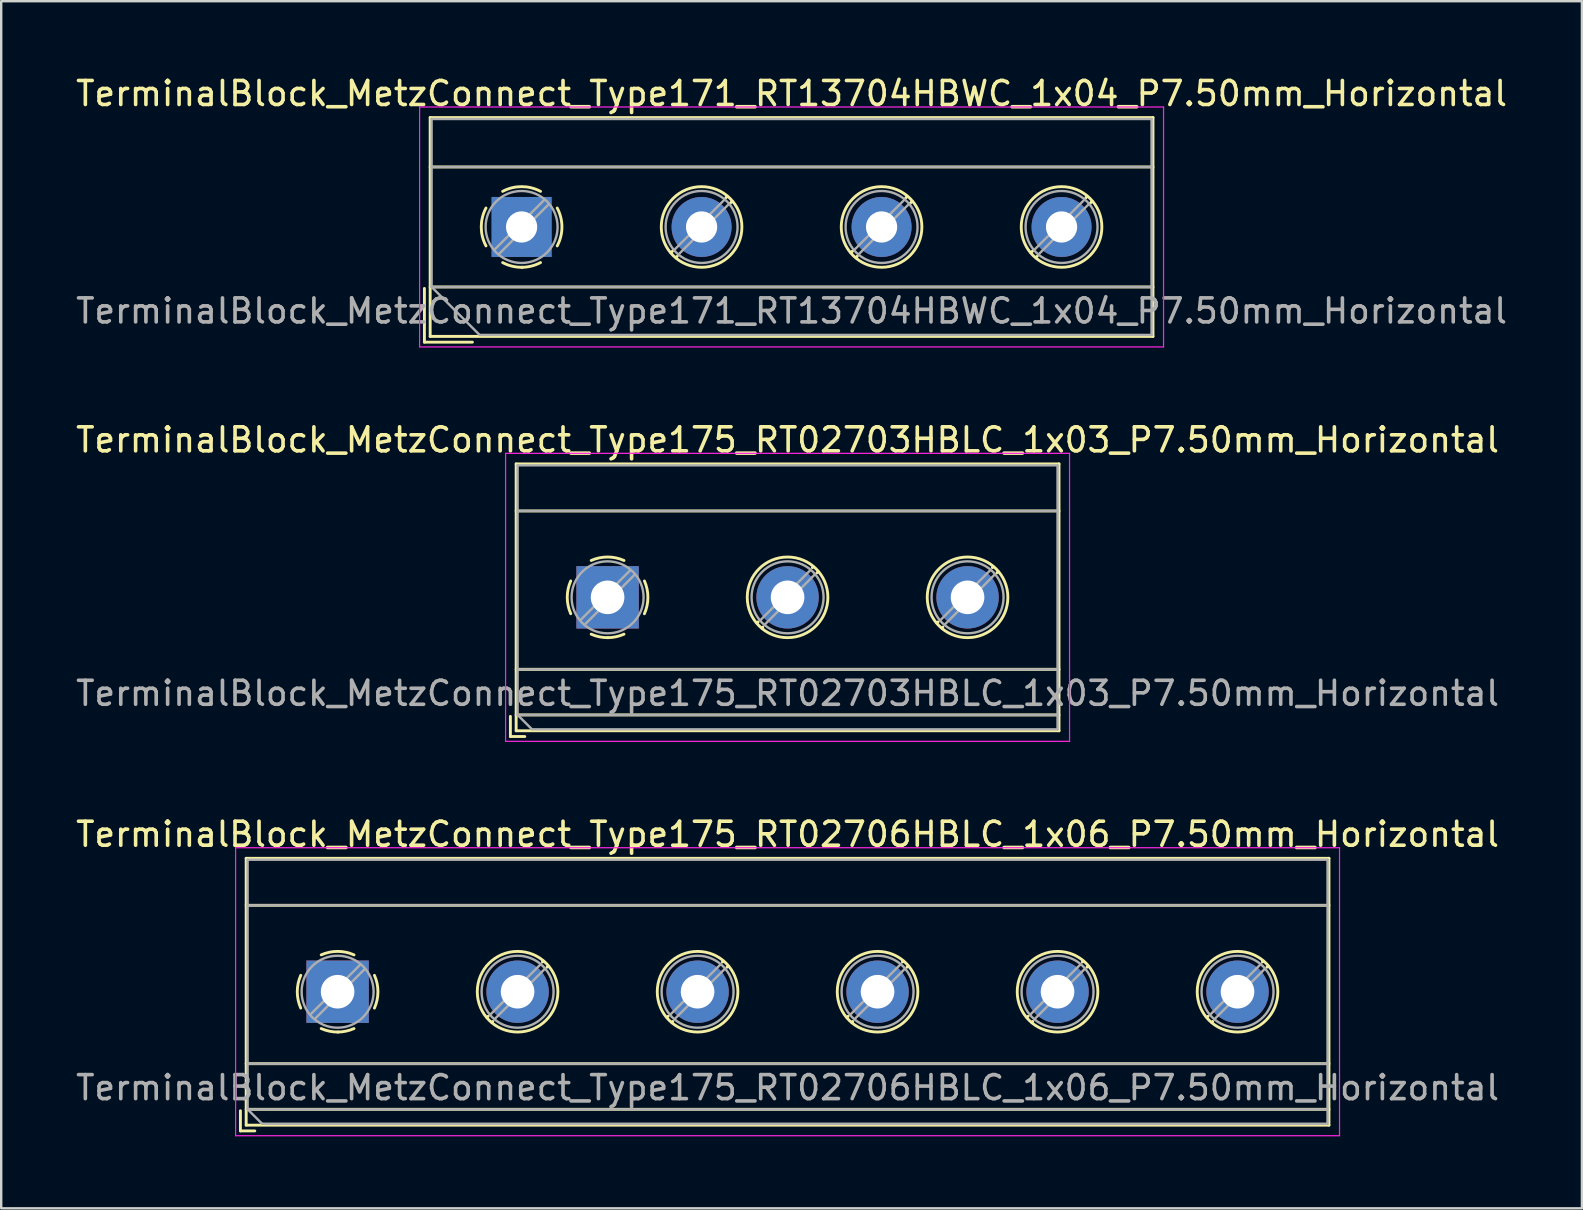
<source format=kicad_pcb>
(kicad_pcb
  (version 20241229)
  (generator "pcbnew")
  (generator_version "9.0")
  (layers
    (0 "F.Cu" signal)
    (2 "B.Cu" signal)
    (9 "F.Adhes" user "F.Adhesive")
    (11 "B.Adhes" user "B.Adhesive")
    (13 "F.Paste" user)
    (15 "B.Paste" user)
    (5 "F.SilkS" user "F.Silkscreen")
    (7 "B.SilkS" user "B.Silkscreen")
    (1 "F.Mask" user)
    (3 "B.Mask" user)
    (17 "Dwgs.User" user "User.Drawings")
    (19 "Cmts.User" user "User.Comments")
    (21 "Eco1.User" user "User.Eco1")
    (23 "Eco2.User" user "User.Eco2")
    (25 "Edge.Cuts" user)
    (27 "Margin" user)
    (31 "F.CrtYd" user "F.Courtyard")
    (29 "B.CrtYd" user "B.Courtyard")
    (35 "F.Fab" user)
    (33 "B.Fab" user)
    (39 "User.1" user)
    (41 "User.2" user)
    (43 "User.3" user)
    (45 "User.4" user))
  (footprint "TerminalBlock_MetzConnect_Type175_RT02703HBLC_1x03_P7.50mm_Horizontal"
    (layer "F.Cu")
    (at 22.268 21.841)
    (property "Reference" "TerminalBlock_MetzConnect_Type175_RT02703HBLC_1x03_P7.50mm_Horizontal" (at 7.5 -6.56 0) (layer "F.SilkS") (effects (font (size 1 1) (thickness 0.15))))
    (attr through_hole)
    (fp_line (start -4.05 4.96) (end -4.05 5.8) (stroke (width 0.12) (type solid)) (layer "F.SilkS"))
    (fp_line (start -4.05 5.8) (end -3.45 5.8) (stroke (width 0.12) (type solid)) (layer "F.SilkS"))
    (fp_line (start -3.81 -5.56) (end -3.81 5.56) (stroke (width 0.12) (type solid)) (layer "F.SilkS"))
    (fp_line (start -3.81 -5.56) (end 18.811 -5.56) (stroke (width 0.12) (type solid)) (layer "F.SilkS"))
    (fp_line (start -3.81 -3.6) (end 18.811 -3.6) (stroke (width 0.12) (type solid)) (layer "F.SilkS"))
    (fp_line (start -3.81 3) (end 18.811 3) (stroke (width 0.12) (type solid)) (layer "F.SilkS"))
    (fp_line (start -3.81 4.9) (end 18.811 4.9) (stroke (width 0.12) (type solid)) (layer "F.SilkS"))
    (fp_line (start -3.81 5.56) (end 18.811 5.56) (stroke (width 0.12) (type solid)) (layer "F.SilkS"))
    (fp_line (start 6.273 1.023) (end 6.226 1.069) (stroke (width 0.12) (type solid)) (layer "F.SilkS"))
    (fp_line (start 6.466 1.239) (end 6.431 1.274) (stroke (width 0.12) (type solid)) (layer "F.SilkS"))
    (fp_line (start 8.57 -1.275) (end 8.535 -1.239) (stroke (width 0.12) (type solid)) (layer "F.SilkS"))
    (fp_line (start 8.775 -1.069) (end 8.728 -1.023) (stroke (width 0.12) (type solid)) (layer "F.SilkS"))
    (fp_line (start 13.773 1.023) (end 13.726 1.069) (stroke (width 0.12) (type solid)) (layer "F.SilkS"))
    (fp_line (start 13.966 1.239) (end 13.931 1.274) (stroke (width 0.12) (type solid)) (layer "F.SilkS"))
    (fp_line (start 16.07 -1.275) (end 16.035 -1.239) (stroke (width 0.12) (type solid)) (layer "F.SilkS"))
    (fp_line (start 16.275 -1.069) (end 16.228 -1.023) (stroke (width 0.12) (type solid)) (layer "F.SilkS"))
    (fp_line (start 18.811 -5.56) (end 18.811 5.56) (stroke (width 0.12) (type solid)) (layer "F.SilkS"))
    (fp_arc (start -1.535427 0.683042) (mid -1.680501 -0.000524) (end -1.535 -0.684) (stroke (width 0.12) (type solid)) (layer "F.SilkS"))
    (fp_arc (start -0.683042 -1.535427) (mid 0.000524 -1.680501) (end 0.684 -1.535) (stroke (width 0.12) (type solid)) (layer "F.SilkS"))
    (fp_arc (start 0.028805 1.680253) (mid -0.335551 1.646659) (end -0.684 1.535) (stroke (width 0.12) (type solid)) (layer "F.SilkS"))
    (fp_arc (start 0.683318 1.534756) (mid 0.349292 1.643288) (end 0 1.68) (stroke (width 0.12) (type solid)) (layer "F.SilkS"))
    (fp_arc (start 1.535427 -0.683042) (mid 1.680501 0.000524) (end 1.535 0.684) (stroke (width 0.12) (type solid)) (layer "F.SilkS"))
    (fp_circle (center 7.5 0) (end 9.18 0) (stroke (width 0.12) (type solid)) (fill no) (layer "F.SilkS"))
    (fp_circle (center 15 0) (end 16.68 0) (stroke (width 0.12) (type solid)) (fill no) (layer "F.SilkS"))
    (fp_line (start -4.25 -6) (end -4.25 6) (stroke (width 0.05) (type solid)) (layer "F.CrtYd"))
    (fp_line (start -4.25 6) (end 19.25 6) (stroke (width 0.05) (type solid)) (layer "F.CrtYd"))
    (fp_line (start 19.25 -6) (end -4.25 -6) (stroke (width 0.05) (type solid)) (layer "F.CrtYd"))
    (fp_line (start 19.25 6) (end 19.25 -6) (stroke (width 0.05) (type solid)) (layer "F.CrtYd"))
    (fp_line (start -3.75 -5.5) (end 18.75 -5.5) (stroke (width 0.1) (type solid)) (layer "F.Fab"))
    (fp_line (start -3.75 -3.6) (end 18.75 -3.6) (stroke (width 0.1) (type solid)) (layer "F.Fab"))
    (fp_line (start -3.75 3) (end 18.75 3) (stroke (width 0.1) (type solid)) (layer "F.Fab"))
    (fp_line (start -3.75 4.9) (end -3.75 -5.5) (stroke (width 0.1) (type solid)) (layer "F.Fab"))
    (fp_line (start -3.75 4.9) (end 18.75 4.9) (stroke (width 0.1) (type solid)) (layer "F.Fab"))
    (fp_line (start -3.15 5.5) (end -3.75 4.9) (stroke (width 0.1) (type solid)) (layer "F.Fab"))
    (fp_line (start 0.955 -1.138) (end -1.138 0.955) (stroke (width 0.1) (type solid)) (layer "F.Fab"))
    (fp_line (start 1.138 -0.955) (end -0.955 1.138) (stroke (width 0.1) (type solid)) (layer "F.Fab"))
    (fp_line (start 8.455 -1.138) (end 6.363 0.955) (stroke (width 0.1) (type solid)) (layer "F.Fab"))
    (fp_line (start 8.638 -0.955) (end 6.546 1.138) (stroke (width 0.1) (type solid)) (layer "F.Fab"))
    (fp_line (start 15.955 -1.138) (end 13.863 0.955) (stroke (width 0.1) (type solid)) (layer "F.Fab"))
    (fp_line (start 16.138 -0.955) (end 14.046 1.138) (stroke (width 0.1) (type solid)) (layer "F.Fab"))
    (fp_line (start 18.75 -5.5) (end 18.75 5.5) (stroke (width 0.1) (type solid)) (layer "F.Fab"))
    (fp_line (start 18.75 5.5) (end -3.15 5.5) (stroke (width 0.1) (type solid)) (layer "F.Fab"))
    (fp_circle (center 0 0) (end 1.5 0) (stroke (width 0.1) (type solid)) (fill no) (layer "F.Fab"))
    (fp_circle (center 7.5 0) (end 9 0) (stroke (width 0.1) (type solid)) (fill no) (layer "F.Fab"))
    (fp_circle (center 15 0) (end 16.5 0) (stroke (width 0.1) (type solid)) (fill no) (layer "F.Fab"))
    (fp_text user "${REFERENCE}" (at 7.5 4 0) (layer "F.Fab") (effects (font (size 1 1) (thickness 0.15))))
    (pad "1" thru_hole rect (at 0 0) (size 2.6 2.6) (drill 1.4) (layers "*.Cu" "*.Mask"))
    (pad "2" thru_hole circle (at 7.5 0) (size 2.6 2.6) (drill 1.4) (layers "*.Cu" "*.Mask"))
    (pad "3" thru_hole circle (at 15 0) (size 2.6 2.6) (drill 1.4) (layers "*.Cu" "*.Mask")))
  (footprint "TerminalBlock_MetzConnect_Type171_RT13704HBWC_1x04_P7.50mm_Horizontal"
    (layer "F.Cu")
    (at 18.685 6.408)
    (property "Reference" "TerminalBlock_MetzConnect_Type171_RT13704HBWC_1x04_P7.50mm_Horizontal" (at 11.25 -5.56 0) (layer "F.SilkS") (effects (font (size 1 1) (thickness 0.15))))
    (attr through_hole)
    (fp_line (start -4.05 2.56) (end -4.05 4.8) (stroke (width 0.12) (type solid)) (layer "F.SilkS"))
    (fp_line (start -4.05 4.8) (end -2.05 4.8) (stroke (width 0.12) (type solid)) (layer "F.SilkS"))
    (fp_line (start -3.81 -4.56) (end -3.81 4.56) (stroke (width 0.12) (type solid)) (layer "F.SilkS"))
    (fp_line (start -3.81 -4.56) (end 26.31 -4.56) (stroke (width 0.12) (type solid)) (layer "F.SilkS"))
    (fp_line (start -3.81 -2.5) (end 26.31 -2.5) (stroke (width 0.12) (type solid)) (layer "F.SilkS"))
    (fp_line (start -3.81 2.5) (end 26.31 2.5) (stroke (width 0.12) (type solid)) (layer "F.SilkS"))
    (fp_line (start -3.81 4.56) (end 26.31 4.56) (stroke (width 0.12) (type solid)) (layer "F.SilkS"))
    (fp_line (start 6.32 0.976) (end 6.226 1.069) (stroke (width 0.12) (type solid)) (layer "F.SilkS"))
    (fp_line (start 6.49 1.216) (end 6.431 1.274) (stroke (width 0.12) (type solid)) (layer "F.SilkS"))
    (fp_line (start 8.57 -1.275) (end 8.511 -1.216) (stroke (width 0.12) (type solid)) (layer "F.SilkS"))
    (fp_line (start 8.775 -1.069) (end 8.681 -0.976) (stroke (width 0.12) (type solid)) (layer "F.SilkS"))
    (fp_line (start 13.82 0.976) (end 13.726 1.069) (stroke (width 0.12) (type solid)) (layer "F.SilkS"))
    (fp_line (start 13.99 1.216) (end 13.931 1.274) (stroke (width 0.12) (type solid)) (layer "F.SilkS"))
    (fp_line (start 16.07 -1.275) (end 16.011 -1.216) (stroke (width 0.12) (type solid)) (layer "F.SilkS"))
    (fp_line (start 16.275 -1.069) (end 16.181 -0.976) (stroke (width 0.12) (type solid)) (layer "F.SilkS"))
    (fp_line (start 21.32 0.976) (end 21.226 1.069) (stroke (width 0.12) (type solid)) (layer "F.SilkS"))
    (fp_line (start 21.49 1.216) (end 21.431 1.274) (stroke (width 0.12) (type solid)) (layer "F.SilkS"))
    (fp_line (start 23.57 -1.275) (end 23.511 -1.216) (stroke (width 0.12) (type solid)) (layer "F.SilkS"))
    (fp_line (start 23.775 -1.069) (end 23.681 -0.976) (stroke (width 0.12) (type solid)) (layer "F.SilkS"))
    (fp_line (start 26.31 -4.56) (end 26.31 4.56) (stroke (width 0.12) (type solid)) (layer "F.SilkS"))
    (fp_arc (start -1.483953 0.789089) (mid -1.680708 0.00005) (end -1.484 -0.789) (stroke (width 0.12) (type solid)) (layer "F.SilkS"))
    (fp_arc (start -0.789089 -1.483953) (mid -0.00005 -1.680708) (end 0.789 -1.484) (stroke (width 0.12) (type solid)) (layer "F.SilkS"))
    (fp_arc (start 0.029383 1.68045) (mid -0.392304 1.634281) (end -0.789 1.484) (stroke (width 0.12) (type solid)) (layer "F.SilkS"))
    (fp_arc (start 0.788712 1.483352) (mid 0.406429 1.630097) (end 0 1.68) (stroke (width 0.12) (type solid)) (layer "F.SilkS"))
    (fp_arc (start 1.483953 -0.789089) (mid 1.680708 -0.00005) (end 1.484 0.789) (stroke (width 0.12) (type solid)) (layer "F.SilkS"))
    (fp_circle (center 7.5 0) (end 9.18 0) (stroke (width 0.12) (type solid)) (fill no) (layer "F.SilkS"))
    (fp_circle (center 15 0) (end 16.68 0) (stroke (width 0.12) (type solid)) (fill no) (layer "F.SilkS"))
    (fp_circle (center 22.5 0) (end 24.18 0) (stroke (width 0.12) (type solid)) (fill no) (layer "F.SilkS"))
    (fp_line (start -4.25 -5) (end -4.25 5) (stroke (width 0.05) (type solid)) (layer "F.CrtYd"))
    (fp_line (start -4.25 5) (end 26.75 5) (stroke (width 0.05) (type solid)) (layer "F.CrtYd"))
    (fp_line (start 26.75 -5) (end -4.25 -5) (stroke (width 0.05) (type solid)) (layer "F.CrtYd"))
    (fp_line (start 26.75 5) (end 26.75 -5) (stroke (width 0.05) (type solid)) (layer "F.CrtYd"))
    (fp_line (start -3.75 -4.5) (end 26.25 -4.5) (stroke (width 0.1) (type solid)) (layer "F.Fab"))
    (fp_line (start -3.75 -2.5) (end 26.25 -2.5) (stroke (width 0.1) (type solid)) (layer "F.Fab"))
    (fp_line (start -3.75 2.5) (end -3.75 -4.5) (stroke (width 0.1) (type solid)) (layer "F.Fab"))
    (fp_line (start -3.75 2.5) (end 26.25 2.5) (stroke (width 0.1) (type solid)) (layer "F.Fab"))
    (fp_line (start -1.75 4.5) (end -3.75 2.5) (stroke (width 0.1) (type solid)) (layer "F.Fab"))
    (fp_line (start 0.955 -1.138) (end -1.138 0.955) (stroke (width 0.1) (type solid)) (layer "F.Fab"))
    (fp_line (start 1.138 -0.955) (end -0.955 1.138) (stroke (width 0.1) (type solid)) (layer "F.Fab"))
    (fp_line (start 8.455 -1.138) (end 6.363 0.955) (stroke (width 0.1) (type solid)) (layer "F.Fab"))
    (fp_line (start 8.638 -0.955) (end 6.546 1.138) (stroke (width 0.1) (type solid)) (layer "F.Fab"))
    (fp_line (start 15.955 -1.138) (end 13.863 0.955) (stroke (width 0.1) (type solid)) (layer "F.Fab"))
    (fp_line (start 16.138 -0.955) (end 14.046 1.138) (stroke (width 0.1) (type solid)) (layer "F.Fab"))
    (fp_line (start 23.455 -1.138) (end 21.363 0.955) (stroke (width 0.1) (type solid)) (layer "F.Fab"))
    (fp_line (start 23.638 -0.955) (end 21.546 1.138) (stroke (width 0.1) (type solid)) (layer "F.Fab"))
    (fp_line (start 26.25 -4.5) (end 26.25 4.5) (stroke (width 0.1) (type solid)) (layer "F.Fab"))
    (fp_line (start 26.25 4.5) (end -1.75 4.5) (stroke (width 0.1) (type solid)) (layer "F.Fab"))
    (fp_circle (center 0 0) (end 1.5 0) (stroke (width 0.1) (type solid)) (fill no) (layer "F.Fab"))
    (fp_circle (center 7.5 0) (end 9 0) (stroke (width 0.1) (type solid)) (fill no) (layer "F.Fab"))
    (fp_circle (center 15 0) (end 16.5 0) (stroke (width 0.1) (type solid)) (fill no) (layer "F.Fab"))
    (fp_circle (center 22.5 0) (end 24 0) (stroke (width 0.1) (type solid)) (fill no) (layer "F.Fab"))
    (fp_text user "${REFERENCE}" (at 11.25 3.5 0) (layer "F.Fab") (effects (font (size 1 1) (thickness 0.15))))
    (pad "1" thru_hole rect (at 0 0) (size 2.5 2.5) (drill 1.3) (layers "*.Cu" "*.Mask"))
    (pad "2" thru_hole circle (at 7.5 0) (size 2.5 2.5) (drill 1.3) (layers "*.Cu" "*.Mask"))
    (pad "3" thru_hole circle (at 15 0) (size 2.5 2.5) (drill 1.3) (layers "*.Cu" "*.Mask"))
    (pad "4" thru_hole circle (at 22.5 0) (size 2.5 2.5) (drill 1.3) (layers "*.Cu" "*.Mask")))
  (footprint "TerminalBlock_MetzConnect_Type175_RT02706HBLC_1x06_P7.50mm_Horizontal"
    (layer "F.Cu")
    (at 11.018 38.275)
    (property "Reference" "TerminalBlock_MetzConnect_Type175_RT02706HBLC_1x06_P7.50mm_Horizontal" (at 18.75 -6.56 0) (layer "F.SilkS") (effects (font (size 1 1) (thickness 0.15))))
    (attr through_hole)
    (fp_line (start -4.05 4.96) (end -4.05 5.8) (stroke (width 0.12) (type solid)) (layer "F.SilkS"))
    (fp_line (start -4.05 5.8) (end -3.45 5.8) (stroke (width 0.12) (type solid)) (layer "F.SilkS"))
    (fp_line (start -3.81 -5.56) (end -3.81 5.56) (stroke (width 0.12) (type solid)) (layer "F.SilkS"))
    (fp_line (start -3.81 -5.56) (end 41.31 -5.56) (stroke (width 0.12) (type solid)) (layer "F.SilkS"))
    (fp_line (start -3.81 -3.6) (end 41.31 -3.6) (stroke (width 0.12) (type solid)) (layer "F.SilkS"))
    (fp_line (start -3.81 3) (end 41.31 3) (stroke (width 0.12) (type solid)) (layer "F.SilkS"))
    (fp_line (start -3.81 4.9) (end 41.31 4.9) (stroke (width 0.12) (type solid)) (layer "F.SilkS"))
    (fp_line (start -3.81 5.56) (end 41.31 5.56) (stroke (width 0.12) (type solid)) (layer "F.SilkS"))
    (fp_line (start 6.273 1.023) (end 6.226 1.069) (stroke (width 0.12) (type solid)) (layer "F.SilkS"))
    (fp_line (start 6.466 1.239) (end 6.431 1.274) (stroke (width 0.12) (type solid)) (layer "F.SilkS"))
    (fp_line (start 8.57 -1.275) (end 8.535 -1.239) (stroke (width 0.12) (type solid)) (layer "F.SilkS"))
    (fp_line (start 8.775 -1.069) (end 8.728 -1.023) (stroke (width 0.12) (type solid)) (layer "F.SilkS"))
    (fp_line (start 13.773 1.023) (end 13.726 1.069) (stroke (width 0.12) (type solid)) (layer "F.SilkS"))
    (fp_line (start 13.966 1.239) (end 13.931 1.274) (stroke (width 0.12) (type solid)) (layer "F.SilkS"))
    (fp_line (start 16.07 -1.275) (end 16.035 -1.239) (stroke (width 0.12) (type solid)) (layer "F.SilkS"))
    (fp_line (start 16.275 -1.069) (end 16.228 -1.023) (stroke (width 0.12) (type solid)) (layer "F.SilkS"))
    (fp_line (start 21.273 1.023) (end 21.226 1.069) (stroke (width 0.12) (type solid)) (layer "F.SilkS"))
    (fp_line (start 21.466 1.239) (end 21.431 1.274) (stroke (width 0.12) (type solid)) (layer "F.SilkS"))
    (fp_line (start 23.57 -1.275) (end 23.535 -1.239) (stroke (width 0.12) (type solid)) (layer "F.SilkS"))
    (fp_line (start 23.775 -1.069) (end 23.728 -1.023) (stroke (width 0.12) (type solid)) (layer "F.SilkS"))
    (fp_line (start 28.773 1.023) (end 28.726 1.069) (stroke (width 0.12) (type solid)) (layer "F.SilkS"))
    (fp_line (start 28.966 1.239) (end 28.931 1.274) (stroke (width 0.12) (type solid)) (layer "F.SilkS"))
    (fp_line (start 31.07 -1.275) (end 31.035 -1.239) (stroke (width 0.12) (type solid)) (layer "F.SilkS"))
    (fp_line (start 31.275 -1.069) (end 31.228 -1.023) (stroke (width 0.12) (type solid)) (layer "F.SilkS"))
    (fp_line (start 36.273 1.023) (end 36.226 1.069) (stroke (width 0.12) (type solid)) (layer "F.SilkS"))
    (fp_line (start 36.466 1.239) (end 36.431 1.274) (stroke (width 0.12) (type solid)) (layer "F.SilkS"))
    (fp_line (start 38.57 -1.275) (end 38.535 -1.239) (stroke (width 0.12) (type solid)) (layer "F.SilkS"))
    (fp_line (start 38.775 -1.069) (end 38.728 -1.023) (stroke (width 0.12) (type solid)) (layer "F.SilkS"))
    (fp_line (start 41.31 -5.56) (end 41.31 5.56) (stroke (width 0.12) (type solid)) (layer "F.SilkS"))
    (fp_arc (start -1.535427 0.683042) (mid -1.680501 -0.000524) (end -1.535 -0.684) (stroke (width 0.12) (type solid)) (layer "F.SilkS"))
    (fp_arc (start -0.683042 -1.535427) (mid 0.000524 -1.680501) (end 0.684 -1.535) (stroke (width 0.12) (type solid)) (layer "F.SilkS"))
    (fp_arc (start 0.028805 1.680253) (mid -0.335551 1.646659) (end -0.684 1.535) (stroke (width 0.12) (type solid)) (layer "F.SilkS"))
    (fp_arc (start 0.683318 1.534756) (mid 0.349292 1.643288) (end 0 1.68) (stroke (width 0.12) (type solid)) (layer "F.SilkS"))
    (fp_arc (start 1.535427 -0.683042) (mid 1.680501 0.000524) (end 1.535 0.684) (stroke (width 0.12) (type solid)) (layer "F.SilkS"))
    (fp_circle (center 7.5 0) (end 9.18 0) (stroke (width 0.12) (type solid)) (fill no) (layer "F.SilkS"))
    (fp_circle (center 15 0) (end 16.68 0) (stroke (width 0.12) (type solid)) (fill no) (layer "F.SilkS"))
    (fp_circle (center 22.5 0) (end 24.18 0) (stroke (width 0.12) (type solid)) (fill no) (layer "F.SilkS"))
    (fp_circle (center 30 0) (end 31.68 0) (stroke (width 0.12) (type solid)) (fill no) (layer "F.SilkS"))
    (fp_circle (center 37.5 0) (end 39.18 0) (stroke (width 0.12) (type solid)) (fill no) (layer "F.SilkS"))
    (fp_line (start -4.25 -6) (end -4.25 6) (stroke (width 0.05) (type solid)) (layer "F.CrtYd"))
    (fp_line (start -4.25 6) (end 41.75 6) (stroke (width 0.05) (type solid)) (layer "F.CrtYd"))
    (fp_line (start 41.75 -6) (end -4.25 -6) (stroke (width 0.05) (type solid)) (layer "F.CrtYd"))
    (fp_line (start 41.75 6) (end 41.75 -6) (stroke (width 0.05) (type solid)) (layer "F.CrtYd"))
    (fp_line (start -3.75 -5.5) (end 41.25 -5.5) (stroke (width 0.1) (type solid)) (layer "F.Fab"))
    (fp_line (start -3.75 -3.6) (end 41.25 -3.6) (stroke (width 0.1) (type solid)) (layer "F.Fab"))
    (fp_line (start -3.75 3) (end 41.25 3) (stroke (width 0.1) (type solid)) (layer "F.Fab"))
    (fp_line (start -3.75 4.9) (end -3.75 -5.5) (stroke (width 0.1) (type solid)) (layer "F.Fab"))
    (fp_line (start -3.75 4.9) (end 41.25 4.9) (stroke (width 0.1) (type solid)) (layer "F.Fab"))
    (fp_line (start -3.15 5.5) (end -3.75 4.9) (stroke (width 0.1) (type solid)) (layer "F.Fab"))
    (fp_line (start 0.955 -1.138) (end -1.138 0.955) (stroke (width 0.1) (type solid)) (layer "F.Fab"))
    (fp_line (start 1.138 -0.955) (end -0.955 1.138) (stroke (width 0.1) (type solid)) (layer "F.Fab"))
    (fp_line (start 8.455 -1.138) (end 6.363 0.955) (stroke (width 0.1) (type solid)) (layer "F.Fab"))
    (fp_line (start 8.638 -0.955) (end 6.546 1.138) (stroke (width 0.1) (type solid)) (layer "F.Fab"))
    (fp_line (start 15.955 -1.138) (end 13.863 0.955) (stroke (width 0.1) (type solid)) (layer "F.Fab"))
    (fp_line (start 16.138 -0.955) (end 14.046 1.138) (stroke (width 0.1) (type solid)) (layer "F.Fab"))
    (fp_line (start 23.455 -1.138) (end 21.363 0.955) (stroke (width 0.1) (type solid)) (layer "F.Fab"))
    (fp_line (start 23.638 -0.955) (end 21.546 1.138) (stroke (width 0.1) (type solid)) (layer "F.Fab"))
    (fp_line (start 30.955 -1.138) (end 28.863 0.955) (stroke (width 0.1) (type solid)) (layer "F.Fab"))
    (fp_line (start 31.138 -0.955) (end 29.046 1.138) (stroke (width 0.1) (type solid)) (layer "F.Fab"))
    (fp_line (start 38.455 -1.138) (end 36.363 0.955) (stroke (width 0.1) (type solid)) (layer "F.Fab"))
    (fp_line (start 38.638 -0.955) (end 36.546 1.138) (stroke (width 0.1) (type solid)) (layer "F.Fab"))
    (fp_line (start 41.25 -5.5) (end 41.25 5.5) (stroke (width 0.1) (type solid)) (layer "F.Fab"))
    (fp_line (start 41.25 5.5) (end -3.15 5.5) (stroke (width 0.1) (type solid)) (layer "F.Fab"))
    (fp_circle (center 0 0) (end 1.5 0) (stroke (width 0.1) (type solid)) (fill no) (layer "F.Fab"))
    (fp_circle (center 7.5 0) (end 9 0) (stroke (width 0.1) (type solid)) (fill no) (layer "F.Fab"))
    (fp_circle (center 15 0) (end 16.5 0) (stroke (width 0.1) (type solid)) (fill no) (layer "F.Fab"))
    (fp_circle (center 22.5 0) (end 24 0) (stroke (width 0.1) (type solid)) (fill no) (layer "F.Fab"))
    (fp_circle (center 30 0) (end 31.5 0) (stroke (width 0.1) (type solid)) (fill no) (layer "F.Fab"))
    (fp_circle (center 37.5 0) (end 39 0) (stroke (width 0.1) (type solid)) (fill no) (layer "F.Fab"))
    (fp_text user "${REFERENCE}" (at 18.75 4 0) (layer "F.Fab") (effects (font (size 1 1) (thickness 0.15))))
    (pad "1" thru_hole rect (at 0 0) (size 2.6 2.6) (drill 1.4) (layers "*.Cu" "*.Mask"))
    (pad "2" thru_hole circle (at 7.5 0) (size 2.6 2.6) (drill 1.4) (layers "*.Cu" "*.Mask"))
    (pad "3" thru_hole circle (at 15 0) (size 2.6 2.6) (drill 1.4) (layers "*.Cu" "*.Mask"))
    (pad "4" thru_hole circle (at 22.5 0) (size 2.6 2.6) (drill 1.4) (layers "*.Cu" "*.Mask"))
    (pad "5" thru_hole circle (at 30 0) (size 2.6 2.6) (drill 1.4) (layers "*.Cu" "*.Mask"))
    (pad "6" thru_hole circle (at 37.5 0) (size 2.6 2.6) (drill 1.4) (layers "*.Cu" "*.Mask")))
  (gr_rect
    (start -3 -3)
    (end 62.869 47.3)
    (stroke (width 0.1) (type default))
    (fill no)
    (layer "Edge.Cuts")))
</source>
